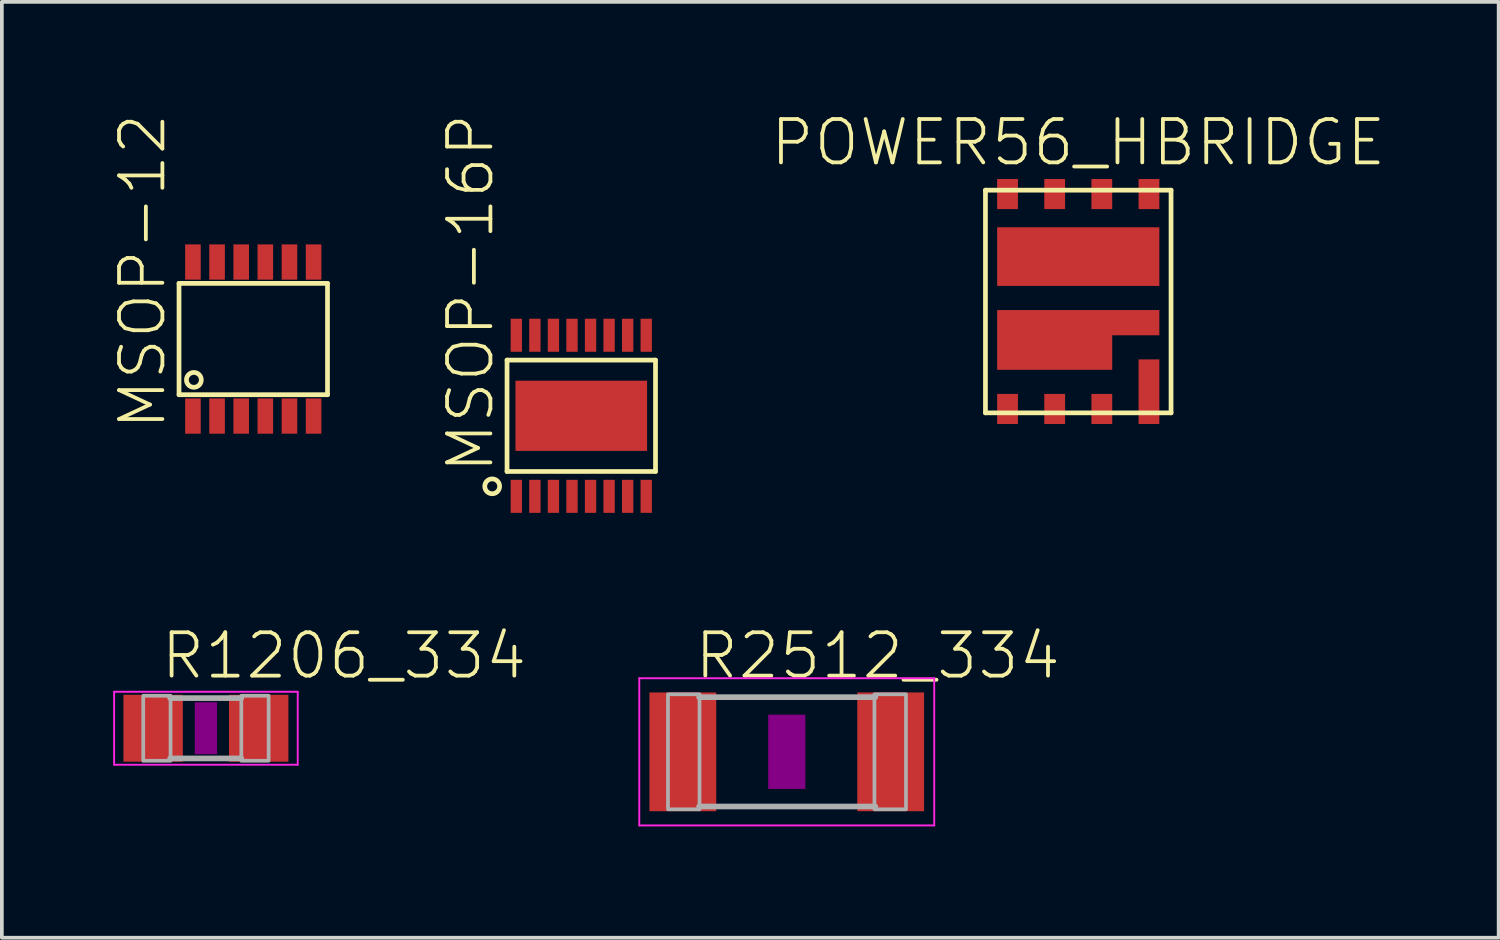
<source format=kicad_pcb>
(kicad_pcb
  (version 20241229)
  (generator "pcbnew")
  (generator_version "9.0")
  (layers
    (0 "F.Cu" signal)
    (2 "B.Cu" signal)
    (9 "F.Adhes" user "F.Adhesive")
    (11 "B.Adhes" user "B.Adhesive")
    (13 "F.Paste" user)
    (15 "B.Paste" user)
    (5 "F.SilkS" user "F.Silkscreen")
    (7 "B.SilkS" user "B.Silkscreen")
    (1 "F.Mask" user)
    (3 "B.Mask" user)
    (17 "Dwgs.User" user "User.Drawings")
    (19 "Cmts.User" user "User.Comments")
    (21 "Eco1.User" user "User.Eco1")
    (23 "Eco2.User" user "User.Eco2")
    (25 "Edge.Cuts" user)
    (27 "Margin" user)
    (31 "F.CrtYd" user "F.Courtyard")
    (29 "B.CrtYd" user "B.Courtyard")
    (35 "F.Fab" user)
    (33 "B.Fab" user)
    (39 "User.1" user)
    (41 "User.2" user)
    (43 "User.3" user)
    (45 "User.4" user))
  (footprint "R2512_334"
    (layer "F.Cu")
    (at 18.146 17.205)
    (property "Reference" "R2512_334" (at -2.54 -1.905 0) (unlocked yes) (layer "F.SilkS") (effects (font (size 1.168 1.168) (thickness 0.102)) (justify left bottom)))
    (fp_poly (pts (xy -0.5 1) (xy 0.5 1) (xy 0.5 -1) (xy -0.5 -1)) (stroke (width 0) (type default)) (fill yes) (layer "F.Adhes"))
    (fp_line (start -3.973 -1.983) (end 3.973 -1.983) (stroke (width 0.051) (type solid)) (layer "F.CrtYd"))
    (fp_line (start -3.973 1.983) (end -3.973 -1.983) (stroke (width 0.051) (type solid)) (layer "F.CrtYd"))
    (fp_line (start 3.973 -1.983) (end 3.973 1.983) (stroke (width 0.051) (type solid)) (layer "F.CrtYd"))
    (fp_line (start 3.973 1.983) (end -3.973 1.983) (stroke (width 0.051) (type solid)) (layer "F.CrtYd"))
    (fp_line (start -2.362 -1.473) (end 2.387 -1.473) (stroke (width 0.152) (type solid)) (layer "F.Fab"))
    (fp_line (start -2.362 1.473) (end 2.387 1.473) (stroke (width 0.152) (type solid)) (layer "F.Fab"))
    (fp_poly (pts (xy -3.2 1.549) (xy -2.35 1.549) (xy -2.35 -1.551) (xy -3.2 -1.551)) (stroke (width 0.1) (type default)) (fill no) (layer "F.Fab"))
    (fp_poly (pts (xy 2.362 1.549) (xy 3.212 1.549) (xy 3.212 -1.551) (xy 2.362 -1.551)) (stroke (width 0.1) (type default)) (fill no) (layer "F.Fab"))
    (pad "1" smd rect (at -2.8 0) (size 1.8 3.2) (layers "F.Cu" "F.Mask" "F.Paste"))
    (pad "2" smd rect (at 2.8 0) (size 1.8 3.2) (layers "F.Cu" "F.Mask" "F.Paste")))
  (footprint "POWER56_HBRIDGE"
    (layer "F.Cu")
    (at 25.999 5.073)
    (property "Reference" "POWER56_HBRIDGE" (at 0 -3.6 0) (unlocked yes) (layer "F.SilkS") (effects (font (size 1.168 1.168) (thickness 0.102)) (justify bottom)))
    (fp_poly (pts (xy -2.21 -2.47) (xy -1.6 -2.47) (xy -1.6 -3.32) (xy -2.21 -3.32)) (stroke (width 0) (type default)) (fill yes) (layer "F.Mask"))
    (fp_poly (pts (xy -2.21 -0.4) (xy 2.21 -0.4) (xy 2.21 -2.02) (xy -2.21 -2.02)) (stroke (width 0) (type default)) (fill yes) (layer "F.Mask"))
    (fp_poly (pts (xy -2.21 3.32) (xy -1.6 3.32) (xy -1.6 2.47) (xy -2.21 2.47)) (stroke (width 0) (type default)) (fill yes) (layer "F.Mask"))
    (fp_poly (pts (xy -0.94 -2.47) (xy -0.33 -2.47) (xy -0.33 -3.32) (xy -0.94 -3.32)) (stroke (width 0) (type default)) (fill yes) (layer "F.Mask"))
    (fp_poly (pts (xy -0.94 3.32) (xy -0.33 3.32) (xy -0.33 2.47) (xy -0.94 2.47)) (stroke (width 0) (type default)) (fill yes) (layer "F.Mask"))
    (fp_poly (pts (xy 0.33 -2.47) (xy 0.94 -2.47) (xy 0.94 -3.32) (xy 0.33 -3.32)) (stroke (width 0) (type default)) (fill yes) (layer "F.Mask"))
    (fp_poly (pts (xy 0.33 3.32) (xy 0.94 3.32) (xy 0.94 2.47) (xy 0.33 2.47)) (stroke (width 0) (type default)) (fill yes) (layer "F.Mask"))
    (fp_poly (pts (xy 1.6 -2.47) (xy 2.21 -2.47) (xy 2.21 -3.32) (xy 1.6 -3.32)) (stroke (width 0) (type default)) (fill yes) (layer "F.Mask"))
    (fp_poly (pts (xy 1.6 3.32) (xy 2.21 3.32) (xy 2.21 1.54) (xy 1.6 1.54)) (stroke (width 0) (type default)) (fill yes) (layer "F.Mask"))
    (fp_line (start -2.5 -3) (end -2.5 3) (stroke (width 0.127) (type solid)) (layer "F.SilkS"))
    (fp_line (start -2.5 3) (end 2.5 3) (stroke (width 0.127) (type solid)) (layer "F.SilkS"))
    (fp_line (start 2.5 -3) (end -2.5 -3) (stroke (width 0.127) (type solid)) (layer "F.SilkS"))
    (fp_line (start 2.5 3) (end 2.5 -3) (stroke (width 0.127) (type solid)) (layer "F.SilkS"))
    (fp_poly (pts (xy -2.16 -2.51) (xy -1.65 -2.51) (xy -1.65 -3.28) (xy -2.16 -3.28)) (stroke (width 0) (type default)) (fill yes) (layer "F.Paste"))
    (fp_poly (pts (xy -2.16 3.28) (xy -1.65 3.28) (xy -1.65 2.51) (xy -2.16 2.51)) (stroke (width 0) (type default)) (fill yes) (layer "F.Paste"))
    (fp_poly (pts (xy -2.14 -0.46) (xy 2.14 -0.46) (xy 2.14 -1.96) (xy -2.14 -1.96)) (stroke (width 0) (type default)) (fill yes) (layer "F.Paste"))
    (fp_poly (pts (xy -0.89 -2.51) (xy -0.38 -2.51) (xy -0.38 -3.28) (xy -0.89 -3.28)) (stroke (width 0) (type default)) (fill yes) (layer "F.Paste"))
    (fp_poly (pts (xy -0.89 3.28) (xy -0.38 3.28) (xy -0.38 2.51) (xy -0.89 2.51)) (stroke (width 0) (type default)) (fill yes) (layer "F.Paste"))
    (fp_poly (pts (xy 0.38 -2.51) (xy 0.89 -2.51) (xy 0.89 -3.28) (xy 0.38 -3.28)) (stroke (width 0) (type default)) (fill yes) (layer "F.Paste"))
    (fp_poly (pts (xy 0.38 3.28) (xy 0.89 3.28) (xy 0.89 2.51) (xy 0.38 2.51)) (stroke (width 0) (type default)) (fill yes) (layer "F.Paste"))
    (fp_poly (pts (xy 1.65 -2.51) (xy 2.16 -2.51) (xy 2.16 -3.28) (xy 1.65 -3.28)) (stroke (width 0) (type default)) (fill yes) (layer "F.Paste"))
    (fp_poly (pts (xy 1.65 3.28) (xy 2.16 3.28) (xy 2.16 1.58) (xy 1.65 1.58)) (stroke (width 0) (type default)) (fill yes) (layer "F.Paste"))
    (pad "1" smd rect (at 1.905 -2.895) (size 0.56 0.81) (layers "F.Cu"))
    (pad "2" smd rect (at 0.635 -2.895) (size 0.56 0.81) (layers "F.Cu"))
    (pad "3" smd rect (at -0.635 -2.895) (size 0.56 0.81) (layers "F.Cu"))
    (pad "4" smd rect (at -1.905 -2.895) (size 0.56 0.81) (layers "F.Cu"))
    (pad "5" smd rect (at -1.905 2.895) (size 0.56 0.81) (layers "F.Cu"))
    (pad "6" smd rect (at -0.635 2.895) (size 0.56 0.81) (layers "F.Cu"))
    (pad "7" smd rect (at 0.635 2.895) (size 0.56 0.81) (layers "F.Cu"))
    (pad "8" smd rect (at 1.905 2.43) (size 0.56 1.74) (layers "F.Cu"))
    (pad "D1" smd rect (at 0 -1.21) (size 4.37 1.58) (layers "F.Cu"))
    (pad "S2" smd custom (at 0 1) (size 0.5 0.5) (layers "F.Cu" "F.Mask" "F.Paste") (options (anchor rect)) (primitives (gr_poly (pts (xy 2.185 -0.09) (xy 0.915 -0.09) (xy 0.915 0.84) (xy -2.185 0.84) (xy -2.185 -0.77) (xy 2.185 -0.77)) (width 0) (fill yes)))))
  (footprint "MSOP-16P"
    (layer "F.Cu")
    (at 12.61 8.152)
    (property "Reference" "MSOP-16P" (at -2.3 1.6 90) (unlocked yes) (layer "F.SilkS") (effects (font (size 1.168 1.168) (thickness 0.102)) (justify left bottom)))
    (fp_poly (pts (xy -1.95 -1.675) (xy -1.55 -1.675) (xy -1.55 -2.675) (xy -1.95 -2.675)) (stroke (width 0) (type default)) (fill yes) (layer "F.Mask"))
    (fp_poly (pts (xy -1.95 2.675) (xy -1.55 2.675) (xy -1.55 1.675) (xy -1.95 1.675)) (stroke (width 0) (type default)) (fill yes) (layer "F.Mask"))
    (fp_poly (pts (xy -1.825 1) (xy 1.825 1) (xy 1.825 -1) (xy -1.825 -1)) (stroke (width 0) (type default)) (fill yes) (layer "F.Mask"))
    (fp_poly (pts (xy -1.45 -1.675) (xy -1.05 -1.675) (xy -1.05 -2.675) (xy -1.45 -2.675)) (stroke (width 0) (type default)) (fill yes) (layer "F.Mask"))
    (fp_poly (pts (xy -1.45 2.675) (xy -1.05 2.675) (xy -1.05 1.675) (xy -1.45 1.675)) (stroke (width 0) (type default)) (fill yes) (layer "F.Mask"))
    (fp_poly (pts (xy -0.95 -1.675) (xy -0.55 -1.675) (xy -0.55 -2.675) (xy -0.95 -2.675)) (stroke (width 0) (type default)) (fill yes) (layer "F.Mask"))
    (fp_poly (pts (xy -0.95 2.675) (xy -0.55 2.675) (xy -0.55 1.675) (xy -0.95 1.675)) (stroke (width 0) (type default)) (fill yes) (layer "F.Mask"))
    (fp_poly (pts (xy -0.45 -1.675) (xy -0.05 -1.675) (xy -0.05 -2.675) (xy -0.45 -2.675)) (stroke (width 0) (type default)) (fill yes) (layer "F.Mask"))
    (fp_poly (pts (xy -0.45 2.675) (xy -0.05 2.675) (xy -0.05 1.675) (xy -0.45 1.675)) (stroke (width 0) (type default)) (fill yes) (layer "F.Mask"))
    (fp_poly (pts (xy 0.05 -1.675) (xy 0.45 -1.675) (xy 0.45 -2.675) (xy 0.05 -2.675)) (stroke (width 0) (type default)) (fill yes) (layer "F.Mask"))
    (fp_poly (pts (xy 0.05 2.675) (xy 0.45 2.675) (xy 0.45 1.675) (xy 0.05 1.675)) (stroke (width 0) (type default)) (fill yes) (layer "F.Mask"))
    (fp_poly (pts (xy 0.55 -1.675) (xy 0.95 -1.675) (xy 0.95 -2.675) (xy 0.55 -2.675)) (stroke (width 0) (type default)) (fill yes) (layer "F.Mask"))
    (fp_poly (pts (xy 0.55 2.675) (xy 0.95 2.675) (xy 0.95 1.675) (xy 0.55 1.675)) (stroke (width 0) (type default)) (fill yes) (layer "F.Mask"))
    (fp_poly (pts (xy 1.05 -1.675) (xy 1.45 -1.675) (xy 1.45 -2.675) (xy 1.05 -2.675)) (stroke (width 0) (type default)) (fill yes) (layer "F.Mask"))
    (fp_poly (pts (xy 1.05 2.675) (xy 1.45 2.675) (xy 1.45 1.675) (xy 1.05 1.675)) (stroke (width 0) (type default)) (fill yes) (layer "F.Mask"))
    (fp_poly (pts (xy 1.55 -1.675) (xy 1.95 -1.675) (xy 1.95 -2.675) (xy 1.55 -2.675)) (stroke (width 0) (type default)) (fill yes) (layer "F.Mask"))
    (fp_poly (pts (xy 1.55 2.675) (xy 1.95 2.675) (xy 1.95 1.675) (xy 1.55 1.675)) (stroke (width 0) (type default)) (fill yes) (layer "F.Mask"))
    (fp_line (start -2 -1.5) (end 2 -1.5) (stroke (width 0.127) (type solid)) (layer "F.SilkS"))
    (fp_line (start -2 1.5) (end -2 -1.5) (stroke (width 0.127) (type solid)) (layer "F.SilkS"))
    (fp_line (start 2 -1.5) (end 2 1.5) (stroke (width 0.127) (type solid)) (layer "F.SilkS"))
    (fp_line (start 2 1.5) (end -2 1.5) (stroke (width 0.127) (type solid)) (layer "F.SilkS"))
    (fp_circle (center -2.4 1.9) (end -2.2 1.9) (stroke (width 0.127) (type solid)) (fill no) (layer "F.SilkS"))
    (fp_poly (pts (xy -1.875 -1.75) (xy -1.625 -1.75) (xy -1.625 -2.6) (xy -1.875 -2.6)) (stroke (width 0) (type default)) (fill yes) (layer "F.Paste"))
    (fp_poly (pts (xy -1.875 2.6) (xy -1.625 2.6) (xy -1.625 1.75) (xy -1.875 1.75)) (stroke (width 0) (type default)) (fill yes) (layer "F.Paste"))
    (fp_poly (pts (xy -1.4 -0.1) (xy -0.1 -0.1) (xy -0.1 -0.8) (xy -1.4 -0.8)) (stroke (width 0) (type default)) (fill yes) (layer "F.Paste"))
    (fp_poly (pts (xy -1.4 0.8) (xy -0.1 0.8) (xy -0.1 0.1) (xy -1.4 0.1)) (stroke (width 0) (type default)) (fill yes) (layer "F.Paste"))
    (fp_poly (pts (xy -1.375 -1.75) (xy -1.125 -1.75) (xy -1.125 -2.6) (xy -1.375 -2.6)) (stroke (width 0) (type default)) (fill yes) (layer "F.Paste"))
    (fp_poly (pts (xy -1.375 2.6) (xy -1.125 2.6) (xy -1.125 1.75) (xy -1.375 1.75)) (stroke (width 0) (type default)) (fill yes) (layer "F.Paste"))
    (fp_poly (pts (xy -0.875 -1.75) (xy -0.625 -1.75) (xy -0.625 -2.6) (xy -0.875 -2.6)) (stroke (width 0) (type default)) (fill yes) (layer "F.Paste"))
    (fp_poly (pts (xy -0.875 2.6) (xy -0.625 2.6) (xy -0.625 1.75) (xy -0.875 1.75)) (stroke (width 0) (type default)) (fill yes) (layer "F.Paste"))
    (fp_poly (pts (xy -0.375 -1.75) (xy -0.125 -1.75) (xy -0.125 -2.6) (xy -0.375 -2.6)) (stroke (width 0) (type default)) (fill yes) (layer "F.Paste"))
    (fp_poly (pts (xy -0.375 2.6) (xy -0.125 2.6) (xy -0.125 1.75) (xy -0.375 1.75)) (stroke (width 0) (type default)) (fill yes) (layer "F.Paste"))
    (fp_poly (pts (xy 0.1 -0.1) (xy 1.4 -0.1) (xy 1.4 -0.8) (xy 0.1 -0.8)) (stroke (width 0) (type default)) (fill yes) (layer "F.Paste"))
    (fp_poly (pts (xy 0.1 0.8) (xy 1.4 0.8) (xy 1.4 0.1) (xy 0.1 0.1)) (stroke (width 0) (type default)) (fill yes) (layer "F.Paste"))
    (fp_poly (pts (xy 0.125 -1.75) (xy 0.375 -1.75) (xy 0.375 -2.6) (xy 0.125 -2.6)) (stroke (width 0) (type default)) (fill yes) (layer "F.Paste"))
    (fp_poly (pts (xy 0.125 2.6) (xy 0.375 2.6) (xy 0.375 1.75) (xy 0.125 1.75)) (stroke (width 0) (type default)) (fill yes) (layer "F.Paste"))
    (fp_poly (pts (xy 0.625 -1.75) (xy 0.875 -1.75) (xy 0.875 -2.6) (xy 0.625 -2.6)) (stroke (width 0) (type default)) (fill yes) (layer "F.Paste"))
    (fp_poly (pts (xy 0.625 2.6) (xy 0.875 2.6) (xy 0.875 1.75) (xy 0.625 1.75)) (stroke (width 0) (type default)) (fill yes) (layer "F.Paste"))
    (fp_poly (pts (xy 1.125 -1.75) (xy 1.375 -1.75) (xy 1.375 -2.6) (xy 1.125 -2.6)) (stroke (width 0) (type default)) (fill yes) (layer "F.Paste"))
    (fp_poly (pts (xy 1.125 2.6) (xy 1.375 2.6) (xy 1.375 1.75) (xy 1.125 1.75)) (stroke (width 0) (type default)) (fill yes) (layer "F.Paste"))
    (fp_poly (pts (xy 1.625 -1.75) (xy 1.875 -1.75) (xy 1.875 -2.6) (xy 1.625 -2.6)) (stroke (width 0) (type default)) (fill yes) (layer "F.Paste"))
    (fp_poly (pts (xy 1.625 2.6) (xy 1.875 2.6) (xy 1.875 1.75) (xy 1.625 1.75)) (stroke (width 0) (type default)) (fill yes) (layer "F.Paste"))
    (pad "1" smd rect (at -1.75 2.17) (size 0.305 0.89) (layers "F.Cu"))
    (pad "2" smd rect (at -1.25 2.17) (size 0.305 0.89) (layers "F.Cu"))
    (pad "3" smd rect (at -0.75 2.17) (size 0.305 0.89) (layers "F.Cu"))
    (pad "4" smd rect (at -0.25 2.17) (size 0.305 0.89) (layers "F.Cu"))
    (pad "5" smd rect (at 0.25 2.17) (size 0.305 0.89) (layers "F.Cu"))
    (pad "6" smd rect (at 0.75 2.17) (size 0.305 0.89) (layers "F.Cu"))
    (pad "7" smd rect (at 1.25 2.17) (size 0.305 0.89) (layers "F.Cu"))
    (pad "8" smd rect (at 1.75 2.17) (size 0.305 0.89) (layers "F.Cu"))
    (pad "9" smd rect (at 1.75 -2.17) (size 0.305 0.89) (layers "F.Cu"))
    (pad "10" smd rect (at 1.25 -2.17) (size 0.305 0.89) (layers "F.Cu"))
    (pad "11" smd rect (at 0.75 -2.17) (size 0.305 0.89) (layers "F.Cu"))
    (pad "12" smd rect (at 0.25 -2.17) (size 0.305 0.89) (layers "F.Cu"))
    (pad "13" smd rect (at -0.25 -2.17) (size 0.305 0.89) (layers "F.Cu"))
    (pad "14" smd rect (at -0.75 -2.17) (size 0.305 0.89) (layers "F.Cu"))
    (pad "15" smd rect (at -1.25 -2.17) (size 0.305 0.89) (layers "F.Cu"))
    (pad "16" smd rect (at -1.75 -2.17) (size 0.305 0.89) (layers "F.Cu"))
    (pad "PAD" smd rect (at 0 0) (size 3.545 1.891) (layers "F.Cu")))
  (footprint "MSOP-12"
    (layer "F.Cu")
    (at 3.773 6.084)
    (property "Reference" "MSOP-12" (at -2.3 2.5 90) (unlocked yes) (layer "F.SilkS") (effects (font (size 1.168 1.168) (thickness 0.102)) (justify left bottom)))
    (fp_poly (pts (xy -1.86 -1.58) (xy -1.39 -1.58) (xy -1.39 -2.57) (xy -1.86 -2.57)) (stroke (width 0) (type default)) (fill yes) (layer "F.Mask"))
    (fp_poly (pts (xy -1.86 2.57) (xy -1.39 2.57) (xy -1.39 1.58) (xy -1.86 1.58)) (stroke (width 0) (type default)) (fill yes) (layer "F.Mask"))
    (fp_poly (pts (xy -1.21 -1.58) (xy -0.74 -1.58) (xy -0.74 -2.57) (xy -1.21 -2.57)) (stroke (width 0) (type default)) (fill yes) (layer "F.Mask"))
    (fp_poly (pts (xy -1.21 2.57) (xy -0.74 2.57) (xy -0.74 1.58) (xy -1.21 1.58)) (stroke (width 0) (type default)) (fill yes) (layer "F.Mask"))
    (fp_poly (pts (xy -0.56 -1.58) (xy -0.09 -1.58) (xy -0.09 -2.57) (xy -0.56 -2.57)) (stroke (width 0) (type default)) (fill yes) (layer "F.Mask"))
    (fp_poly (pts (xy -0.56 2.57) (xy -0.09 2.57) (xy -0.09 1.58) (xy -0.56 1.58)) (stroke (width 0) (type default)) (fill yes) (layer "F.Mask"))
    (fp_poly (pts (xy 0.09 -1.58) (xy 0.56 -1.58) (xy 0.56 -2.57) (xy 0.09 -2.57)) (stroke (width 0) (type default)) (fill yes) (layer "F.Mask"))
    (fp_poly (pts (xy 0.09 2.57) (xy 0.56 2.57) (xy 0.56 1.58) (xy 0.09 1.58)) (stroke (width 0) (type default)) (fill yes) (layer "F.Mask"))
    (fp_poly (pts (xy 0.74 -1.58) (xy 1.21 -1.58) (xy 1.21 -2.57) (xy 0.74 -2.57)) (stroke (width 0) (type default)) (fill yes) (layer "F.Mask"))
    (fp_poly (pts (xy 0.74 2.57) (xy 1.21 2.57) (xy 1.21 1.58) (xy 0.74 1.58)) (stroke (width 0) (type default)) (fill yes) (layer "F.Mask"))
    (fp_poly (pts (xy 1.39 -1.58) (xy 1.86 -1.58) (xy 1.86 -2.57) (xy 1.39 -2.57)) (stroke (width 0) (type default)) (fill yes) (layer "F.Mask"))
    (fp_poly (pts (xy 1.39 2.57) (xy 1.86 2.57) (xy 1.86 1.58) (xy 1.39 1.58)) (stroke (width 0) (type default)) (fill yes) (layer "F.Mask"))
    (fp_line (start -2 -1.5) (end 2 -1.5) (stroke (width 0.127) (type solid)) (layer "F.SilkS"))
    (fp_line (start -2 1.5) (end -2 -1.5) (stroke (width 0.127) (type solid)) (layer "F.SilkS"))
    (fp_line (start 2 -1.5) (end 2 1.5) (stroke (width 0.127) (type solid)) (layer "F.SilkS"))
    (fp_line (start 2 1.5) (end -2 1.5) (stroke (width 0.127) (type solid)) (layer "F.SilkS"))
    (fp_circle (center -1.6 1.1) (end -1.4 1.1) (stroke (width 0.127) (type solid)) (fill no) (layer "F.SilkS"))
    (fp_poly (pts (xy -1.81 -1.62) (xy -1.44 -1.62) (xy -1.44 -2.53) (xy -1.81 -2.53)) (stroke (width 0) (type default)) (fill yes) (layer "F.Paste"))
    (fp_poly (pts (xy -1.81 2.53) (xy -1.44 2.53) (xy -1.44 1.62) (xy -1.81 1.62)) (stroke (width 0) (type default)) (fill yes) (layer "F.Paste"))
    (fp_poly (pts (xy -1.16 -1.62) (xy -0.79 -1.62) (xy -0.79 -2.53) (xy -1.16 -2.53)) (stroke (width 0) (type default)) (fill yes) (layer "F.Paste"))
    (fp_poly (pts (xy -1.16 2.53) (xy -0.79 2.53) (xy -0.79 1.62) (xy -1.16 1.62)) (stroke (width 0) (type default)) (fill yes) (layer "F.Paste"))
    (fp_poly (pts (xy -0.51 -1.62) (xy -0.14 -1.62) (xy -0.14 -2.53) (xy -0.51 -2.53)) (stroke (width 0) (type default)) (fill yes) (layer "F.Paste"))
    (fp_poly (pts (xy -0.51 2.53) (xy -0.14 2.53) (xy -0.14 1.62) (xy -0.51 1.62)) (stroke (width 0) (type default)) (fill yes) (layer "F.Paste"))
    (fp_poly (pts (xy 0.14 -1.62) (xy 0.51 -1.62) (xy 0.51 -2.53) (xy 0.14 -2.53)) (stroke (width 0) (type default)) (fill yes) (layer "F.Paste"))
    (fp_poly (pts (xy 0.14 2.53) (xy 0.51 2.53) (xy 0.51 1.62) (xy 0.14 1.62)) (stroke (width 0) (type default)) (fill yes) (layer "F.Paste"))
    (fp_poly (pts (xy 0.79 -1.62) (xy 1.16 -1.62) (xy 1.16 -2.53) (xy 0.79 -2.53)) (stroke (width 0) (type default)) (fill yes) (layer "F.Paste"))
    (fp_poly (pts (xy 0.79 2.53) (xy 1.16 2.53) (xy 1.16 1.62) (xy 0.79 1.62)) (stroke (width 0) (type default)) (fill yes) (layer "F.Paste"))
    (fp_poly (pts (xy 1.44 -1.62) (xy 1.81 -1.62) (xy 1.81 -2.53) (xy 1.44 -2.53)) (stroke (width 0) (type default)) (fill yes) (layer "F.Paste"))
    (fp_poly (pts (xy 1.44 2.53) (xy 1.81 2.53) (xy 1.81 1.62) (xy 1.44 1.62)) (stroke (width 0) (type default)) (fill yes) (layer "F.Paste"))
    (pad "1" smd rect (at -1.625 2.075 90) (size 0.95 0.42) (layers "F.Cu"))
    (pad "2" smd rect (at -0.975 2.075 90) (size 0.95 0.42) (layers "F.Cu"))
    (pad "3" smd rect (at -0.325 2.075 90) (size 0.95 0.42) (layers "F.Cu"))
    (pad "4" smd rect (at 0.325 2.075 90) (size 0.95 0.42) (layers "F.Cu"))
    (pad "5" smd rect (at 0.975 2.075 90) (size 0.95 0.42) (layers "F.Cu"))
    (pad "6" smd rect (at 1.625 2.075 90) (size 0.95 0.42) (layers "F.Cu"))
    (pad "7" smd rect (at 1.625 -2.075 90) (size 0.95 0.42) (layers "F.Cu"))
    (pad "8" smd rect (at 0.975 -2.075 90) (size 0.95 0.42) (layers "F.Cu"))
    (pad "9" smd rect (at 0.325 -2.075 90) (size 0.95 0.42) (layers "F.Cu"))
    (pad "10" smd rect (at -0.325 -2.075 90) (size 0.95 0.42) (layers "F.Cu"))
    (pad "11" smd rect (at -0.975 -2.075 90) (size 0.95 0.42) (layers "F.Cu"))
    (pad "12" smd rect (at -1.625 -2.075 90) (size 0.95 0.42) (layers "F.Cu")))
  (footprint "R1206_334"
    (layer "F.Cu")
    (at 2.498 16.57)
    (property "Reference" "R1206_334" (at -1.27 -1.27 0) (unlocked yes) (layer "F.SilkS") (effects (font (size 1.168 1.168) (thickness 0.102)) (justify left bottom)))
    (fp_poly (pts (xy -0.3 0.7) (xy 0.3 0.7) (xy 0.3 -0.7) (xy -0.3 -0.7)) (stroke (width 0) (type default)) (fill yes) (layer "F.Adhes"))
    (fp_line (start -2.473 -0.983) (end 2.473 -0.983) (stroke (width 0.051) (type solid)) (layer "F.CrtYd"))
    (fp_line (start -2.473 0.983) (end -2.473 -0.983) (stroke (width 0.051) (type solid)) (layer "F.CrtYd"))
    (fp_line (start 2.473 -0.983) (end 2.473 0.983) (stroke (width 0.051) (type solid)) (layer "F.CrtYd"))
    (fp_line (start 2.473 0.983) (end -2.473 0.983) (stroke (width 0.051) (type solid)) (layer "F.CrtYd"))
    (fp_line (start 0.953 -0.813) (end -0.965 -0.813) (stroke (width 0.152) (type solid)) (layer "F.Fab"))
    (fp_line (start 0.953 0.813) (end -0.965 0.813) (stroke (width 0.152) (type solid)) (layer "F.Fab"))
    (fp_poly (pts (xy -1.689 0.876) (xy -0.953 0.876) (xy -0.953 -0.876) (xy -1.689 -0.876)) (stroke (width 0.1) (type default)) (fill no) (layer "F.Fab"))
    (fp_poly (pts (xy 0.953 0.876) (xy 1.689 0.876) (xy 1.689 -0.876) (xy 0.953 -0.876)) (stroke (width 0.1) (type default)) (fill no) (layer "F.Fab"))
    (pad "1" smd rect (at -1.422 0) (size 1.6 1.803) (layers "F.Cu" "F.Mask" "F.Paste"))
    (pad "2" smd rect (at 1.422 0) (size 1.6 1.803) (layers "F.Cu" "F.Mask" "F.Paste")))
  (gr_rect
    (start -3 -3)
    (end 37.325 22.214)
    (stroke (width 0.1) (type default))
    (fill no)
    (layer "Edge.Cuts")))
</source>
